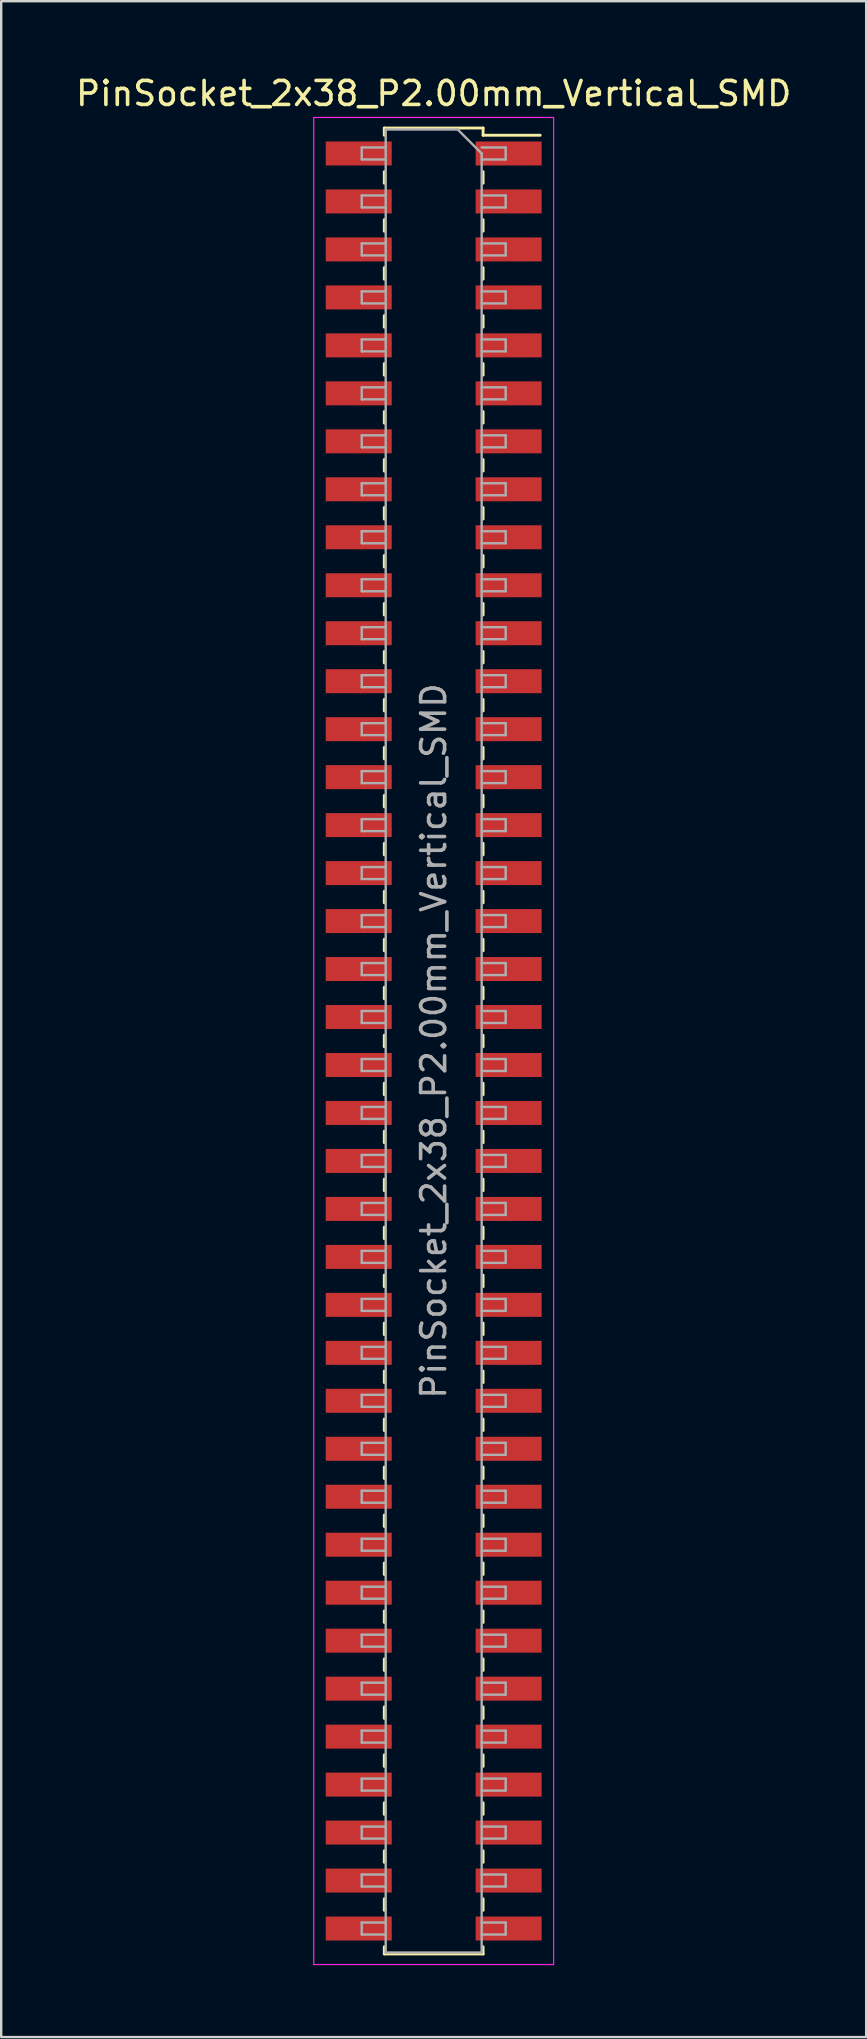
<source format=kicad_pcb>
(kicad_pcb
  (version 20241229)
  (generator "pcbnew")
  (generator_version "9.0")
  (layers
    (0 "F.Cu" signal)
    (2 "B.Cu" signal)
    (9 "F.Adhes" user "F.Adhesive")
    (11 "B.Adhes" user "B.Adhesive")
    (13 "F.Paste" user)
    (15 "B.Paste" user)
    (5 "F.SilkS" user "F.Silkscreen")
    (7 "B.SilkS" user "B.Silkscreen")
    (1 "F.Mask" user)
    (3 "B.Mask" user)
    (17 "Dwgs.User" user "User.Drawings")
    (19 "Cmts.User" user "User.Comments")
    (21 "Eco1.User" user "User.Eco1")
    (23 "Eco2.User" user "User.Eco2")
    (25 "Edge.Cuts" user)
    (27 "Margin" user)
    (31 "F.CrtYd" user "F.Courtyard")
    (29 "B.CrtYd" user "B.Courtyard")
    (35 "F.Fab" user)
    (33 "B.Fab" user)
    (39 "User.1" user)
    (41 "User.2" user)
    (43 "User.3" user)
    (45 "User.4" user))
  (footprint "PinSocket_2x38_P2.00mm_Vertical_SMD"
    (layer "F.Cu")
    (at 15.03 40.348)
    (property "Reference" "PinSocket_2x38_P2.00mm_Vertical_SMD" (at 0 -39.5 0) (layer "F.SilkS") (effects (font (size 1 1) (thickness 0.15))))
    (attr smd)
    (fp_line (start -2.06 -38.06) (end -2.06 -37.76) (stroke (width 0.12) (type solid)) (layer "F.SilkS"))
    (fp_line (start -2.06 -38.06) (end 2.06 -38.06) (stroke (width 0.12) (type solid)) (layer "F.SilkS"))
    (fp_line (start -2.06 -36.24) (end -2.06 -35.76) (stroke (width 0.12) (type solid)) (layer "F.SilkS"))
    (fp_line (start -2.06 -34.24) (end -2.06 -33.76) (stroke (width 0.12) (type solid)) (layer "F.SilkS"))
    (fp_line (start -2.06 -32.24) (end -2.06 -31.76) (stroke (width 0.12) (type solid)) (layer "F.SilkS"))
    (fp_line (start -2.06 -30.24) (end -2.06 -29.76) (stroke (width 0.12) (type solid)) (layer "F.SilkS"))
    (fp_line (start -2.06 -28.24) (end -2.06 -27.76) (stroke (width 0.12) (type solid)) (layer "F.SilkS"))
    (fp_line (start -2.06 -26.24) (end -2.06 -25.76) (stroke (width 0.12) (type solid)) (layer "F.SilkS"))
    (fp_line (start -2.06 -24.24) (end -2.06 -23.76) (stroke (width 0.12) (type solid)) (layer "F.SilkS"))
    (fp_line (start -2.06 -22.24) (end -2.06 -21.76) (stroke (width 0.12) (type solid)) (layer "F.SilkS"))
    (fp_line (start -2.06 -20.24) (end -2.06 -19.76) (stroke (width 0.12) (type solid)) (layer "F.SilkS"))
    (fp_line (start -2.06 -18.24) (end -2.06 -17.76) (stroke (width 0.12) (type solid)) (layer "F.SilkS"))
    (fp_line (start -2.06 -16.24) (end -2.06 -15.76) (stroke (width 0.12) (type solid)) (layer "F.SilkS"))
    (fp_line (start -2.06 -14.24) (end -2.06 -13.76) (stroke (width 0.12) (type solid)) (layer "F.SilkS"))
    (fp_line (start -2.06 -12.24) (end -2.06 -11.76) (stroke (width 0.12) (type solid)) (layer "F.SilkS"))
    (fp_line (start -2.06 -10.24) (end -2.06 -9.76) (stroke (width 0.12) (type solid)) (layer "F.SilkS"))
    (fp_line (start -2.06 -8.24) (end -2.06 -7.76) (stroke (width 0.12) (type solid)) (layer "F.SilkS"))
    (fp_line (start -2.06 -6.24) (end -2.06 -5.76) (stroke (width 0.12) (type solid)) (layer "F.SilkS"))
    (fp_line (start -2.06 -4.24) (end -2.06 -3.76) (stroke (width 0.12) (type solid)) (layer "F.SilkS"))
    (fp_line (start -2.06 -2.24) (end -2.06 -1.76) (stroke (width 0.12) (type solid)) (layer "F.SilkS"))
    (fp_line (start -2.06 -0.24) (end -2.06 0.24) (stroke (width 0.12) (type solid)) (layer "F.SilkS"))
    (fp_line (start -2.06 1.76) (end -2.06 2.24) (stroke (width 0.12) (type solid)) (layer "F.SilkS"))
    (fp_line (start -2.06 3.76) (end -2.06 4.24) (stroke (width 0.12) (type solid)) (layer "F.SilkS"))
    (fp_line (start -2.06 5.76) (end -2.06 6.24) (stroke (width 0.12) (type solid)) (layer "F.SilkS"))
    (fp_line (start -2.06 7.76) (end -2.06 8.24) (stroke (width 0.12) (type solid)) (layer "F.SilkS"))
    (fp_line (start -2.06 9.76) (end -2.06 10.24) (stroke (width 0.12) (type solid)) (layer "F.SilkS"))
    (fp_line (start -2.06 11.76) (end -2.06 12.24) (stroke (width 0.12) (type solid)) (layer "F.SilkS"))
    (fp_line (start -2.06 13.76) (end -2.06 14.24) (stroke (width 0.12) (type solid)) (layer "F.SilkS"))
    (fp_line (start -2.06 15.76) (end -2.06 16.24) (stroke (width 0.12) (type solid)) (layer "F.SilkS"))
    (fp_line (start -2.06 17.76) (end -2.06 18.24) (stroke (width 0.12) (type solid)) (layer "F.SilkS"))
    (fp_line (start -2.06 19.76) (end -2.06 20.24) (stroke (width 0.12) (type solid)) (layer "F.SilkS"))
    (fp_line (start -2.06 21.76) (end -2.06 22.24) (stroke (width 0.12) (type solid)) (layer "F.SilkS"))
    (fp_line (start -2.06 23.76) (end -2.06 24.24) (stroke (width 0.12) (type solid)) (layer "F.SilkS"))
    (fp_line (start -2.06 25.76) (end -2.06 26.24) (stroke (width 0.12) (type solid)) (layer "F.SilkS"))
    (fp_line (start -2.06 27.76) (end -2.06 28.24) (stroke (width 0.12) (type solid)) (layer "F.SilkS"))
    (fp_line (start -2.06 29.76) (end -2.06 30.24) (stroke (width 0.12) (type solid)) (layer "F.SilkS"))
    (fp_line (start -2.06 31.76) (end -2.06 32.24) (stroke (width 0.12) (type solid)) (layer "F.SilkS"))
    (fp_line (start -2.06 33.76) (end -2.06 34.24) (stroke (width 0.12) (type solid)) (layer "F.SilkS"))
    (fp_line (start -2.06 35.76) (end -2.06 36.24) (stroke (width 0.12) (type solid)) (layer "F.SilkS"))
    (fp_line (start -2.06 37.76) (end -2.06 38.06) (stroke (width 0.12) (type solid)) (layer "F.SilkS"))
    (fp_line (start -2.06 38.06) (end 2.06 38.06) (stroke (width 0.12) (type solid)) (layer "F.SilkS"))
    (fp_line (start 2.06 -38.06) (end 2.06 -37.76) (stroke (width 0.12) (type solid)) (layer "F.SilkS"))
    (fp_line (start 2.06 -37.76) (end 4.44 -37.76) (stroke (width 0.12) (type solid)) (layer "F.SilkS"))
    (fp_line (start 2.06 -36.24) (end 2.06 -35.76) (stroke (width 0.12) (type solid)) (layer "F.SilkS"))
    (fp_line (start 2.06 -34.24) (end 2.06 -33.76) (stroke (width 0.12) (type solid)) (layer "F.SilkS"))
    (fp_line (start 2.06 -32.24) (end 2.06 -31.76) (stroke (width 0.12) (type solid)) (layer "F.SilkS"))
    (fp_line (start 2.06 -30.24) (end 2.06 -29.76) (stroke (width 0.12) (type solid)) (layer "F.SilkS"))
    (fp_line (start 2.06 -28.24) (end 2.06 -27.76) (stroke (width 0.12) (type solid)) (layer "F.SilkS"))
    (fp_line (start 2.06 -26.24) (end 2.06 -25.76) (stroke (width 0.12) (type solid)) (layer "F.SilkS"))
    (fp_line (start 2.06 -24.24) (end 2.06 -23.76) (stroke (width 0.12) (type solid)) (layer "F.SilkS"))
    (fp_line (start 2.06 -22.24) (end 2.06 -21.76) (stroke (width 0.12) (type solid)) (layer "F.SilkS"))
    (fp_line (start 2.06 -20.24) (end 2.06 -19.76) (stroke (width 0.12) (type solid)) (layer "F.SilkS"))
    (fp_line (start 2.06 -18.24) (end 2.06 -17.76) (stroke (width 0.12) (type solid)) (layer "F.SilkS"))
    (fp_line (start 2.06 -16.24) (end 2.06 -15.76) (stroke (width 0.12) (type solid)) (layer "F.SilkS"))
    (fp_line (start 2.06 -14.24) (end 2.06 -13.76) (stroke (width 0.12) (type solid)) (layer "F.SilkS"))
    (fp_line (start 2.06 -12.24) (end 2.06 -11.76) (stroke (width 0.12) (type solid)) (layer "F.SilkS"))
    (fp_line (start 2.06 -10.24) (end 2.06 -9.76) (stroke (width 0.12) (type solid)) (layer "F.SilkS"))
    (fp_line (start 2.06 -8.24) (end 2.06 -7.76) (stroke (width 0.12) (type solid)) (layer "F.SilkS"))
    (fp_line (start 2.06 -6.24) (end 2.06 -5.76) (stroke (width 0.12) (type solid)) (layer "F.SilkS"))
    (fp_line (start 2.06 -4.24) (end 2.06 -3.76) (stroke (width 0.12) (type solid)) (layer "F.SilkS"))
    (fp_line (start 2.06 -2.24) (end 2.06 -1.76) (stroke (width 0.12) (type solid)) (layer "F.SilkS"))
    (fp_line (start 2.06 -0.24) (end 2.06 0.24) (stroke (width 0.12) (type solid)) (layer "F.SilkS"))
    (fp_line (start 2.06 1.76) (end 2.06 2.24) (stroke (width 0.12) (type solid)) (layer "F.SilkS"))
    (fp_line (start 2.06 3.76) (end 2.06 4.24) (stroke (width 0.12) (type solid)) (layer "F.SilkS"))
    (fp_line (start 2.06 5.76) (end 2.06 6.24) (stroke (width 0.12) (type solid)) (layer "F.SilkS"))
    (fp_line (start 2.06 7.76) (end 2.06 8.24) (stroke (width 0.12) (type solid)) (layer "F.SilkS"))
    (fp_line (start 2.06 9.76) (end 2.06 10.24) (stroke (width 0.12) (type solid)) (layer "F.SilkS"))
    (fp_line (start 2.06 11.76) (end 2.06 12.24) (stroke (width 0.12) (type solid)) (layer "F.SilkS"))
    (fp_line (start 2.06 13.76) (end 2.06 14.24) (stroke (width 0.12) (type solid)) (layer "F.SilkS"))
    (fp_line (start 2.06 15.76) (end 2.06 16.24) (stroke (width 0.12) (type solid)) (layer "F.SilkS"))
    (fp_line (start 2.06 17.76) (end 2.06 18.24) (stroke (width 0.12) (type solid)) (layer "F.SilkS"))
    (fp_line (start 2.06 19.76) (end 2.06 20.24) (stroke (width 0.12) (type solid)) (layer "F.SilkS"))
    (fp_line (start 2.06 21.76) (end 2.06 22.24) (stroke (width 0.12) (type solid)) (layer "F.SilkS"))
    (fp_line (start 2.06 23.76) (end 2.06 24.24) (stroke (width 0.12) (type solid)) (layer "F.SilkS"))
    (fp_line (start 2.06 25.76) (end 2.06 26.24) (stroke (width 0.12) (type solid)) (layer "F.SilkS"))
    (fp_line (start 2.06 27.76) (end 2.06 28.24) (stroke (width 0.12) (type solid)) (layer "F.SilkS"))
    (fp_line (start 2.06 29.76) (end 2.06 30.24) (stroke (width 0.12) (type solid)) (layer "F.SilkS"))
    (fp_line (start 2.06 31.76) (end 2.06 32.24) (stroke (width 0.12) (type solid)) (layer "F.SilkS"))
    (fp_line (start 2.06 33.76) (end 2.06 34.24) (stroke (width 0.12) (type solid)) (layer "F.SilkS"))
    (fp_line (start 2.06 35.76) (end 2.06 36.24) (stroke (width 0.12) (type solid)) (layer "F.SilkS"))
    (fp_line (start 2.06 37.76) (end 2.06 38.06) (stroke (width 0.12) (type solid)) (layer "F.SilkS"))
    (fp_line (start -5 -38.5) (end 5 -38.5) (stroke (width 0.05) (type solid)) (layer "F.CrtYd"))
    (fp_line (start -5 38.5) (end -5 -38.5) (stroke (width 0.05) (type solid)) (layer "F.CrtYd"))
    (fp_line (start 5 -38.5) (end 5 38.5) (stroke (width 0.05) (type solid)) (layer "F.CrtYd"))
    (fp_line (start 5 38.5) (end -5 38.5) (stroke (width 0.05) (type solid)) (layer "F.CrtYd"))
    (fp_line (start -3 -37.25) (end -2 -37.25) (stroke (width 0.1) (type solid)) (layer "F.Fab"))
    (fp_line (start -3 -36.75) (end -3 -37.25) (stroke (width 0.1) (type solid)) (layer "F.Fab"))
    (fp_line (start -3 -35.25) (end -2 -35.25) (stroke (width 0.1) (type solid)) (layer "F.Fab"))
    (fp_line (start -3 -34.75) (end -3 -35.25) (stroke (width 0.1) (type solid)) (layer "F.Fab"))
    (fp_line (start -3 -33.25) (end -2 -33.25) (stroke (width 0.1) (type solid)) (layer "F.Fab"))
    (fp_line (start -3 -32.75) (end -3 -33.25) (stroke (width 0.1) (type solid)) (layer "F.Fab"))
    (fp_line (start -3 -31.25) (end -2 -31.25) (stroke (width 0.1) (type solid)) (layer "F.Fab"))
    (fp_line (start -3 -30.75) (end -3 -31.25) (stroke (width 0.1) (type solid)) (layer "F.Fab"))
    (fp_line (start -3 -29.25) (end -2 -29.25) (stroke (width 0.1) (type solid)) (layer "F.Fab"))
    (fp_line (start -3 -28.75) (end -3 -29.25) (stroke (width 0.1) (type solid)) (layer "F.Fab"))
    (fp_line (start -3 -27.25) (end -2 -27.25) (stroke (width 0.1) (type solid)) (layer "F.Fab"))
    (fp_line (start -3 -26.75) (end -3 -27.25) (stroke (width 0.1) (type solid)) (layer "F.Fab"))
    (fp_line (start -3 -25.25) (end -2 -25.25) (stroke (width 0.1) (type solid)) (layer "F.Fab"))
    (fp_line (start -3 -24.75) (end -3 -25.25) (stroke (width 0.1) (type solid)) (layer "F.Fab"))
    (fp_line (start -3 -23.25) (end -2 -23.25) (stroke (width 0.1) (type solid)) (layer "F.Fab"))
    (fp_line (start -3 -22.75) (end -3 -23.25) (stroke (width 0.1) (type solid)) (layer "F.Fab"))
    (fp_line (start -3 -21.25) (end -2 -21.25) (stroke (width 0.1) (type solid)) (layer "F.Fab"))
    (fp_line (start -3 -20.75) (end -3 -21.25) (stroke (width 0.1) (type solid)) (layer "F.Fab"))
    (fp_line (start -3 -19.25) (end -2 -19.25) (stroke (width 0.1) (type solid)) (layer "F.Fab"))
    (fp_line (start -3 -18.75) (end -3 -19.25) (stroke (width 0.1) (type solid)) (layer "F.Fab"))
    (fp_line (start -3 -17.25) (end -2 -17.25) (stroke (width 0.1) (type solid)) (layer "F.Fab"))
    (fp_line (start -3 -16.75) (end -3 -17.25) (stroke (width 0.1) (type solid)) (layer "F.Fab"))
    (fp_line (start -3 -15.25) (end -2 -15.25) (stroke (width 0.1) (type solid)) (layer "F.Fab"))
    (fp_line (start -3 -14.75) (end -3 -15.25) (stroke (width 0.1) (type solid)) (layer "F.Fab"))
    (fp_line (start -3 -13.25) (end -2 -13.25) (stroke (width 0.1) (type solid)) (layer "F.Fab"))
    (fp_line (start -3 -12.75) (end -3 -13.25) (stroke (width 0.1) (type solid)) (layer "F.Fab"))
    (fp_line (start -3 -11.25) (end -2 -11.25) (stroke (width 0.1) (type solid)) (layer "F.Fab"))
    (fp_line (start -3 -10.75) (end -3 -11.25) (stroke (width 0.1) (type solid)) (layer "F.Fab"))
    (fp_line (start -3 -9.25) (end -2 -9.25) (stroke (width 0.1) (type solid)) (layer "F.Fab"))
    (fp_line (start -3 -8.75) (end -3 -9.25) (stroke (width 0.1) (type solid)) (layer "F.Fab"))
    (fp_line (start -3 -7.25) (end -2 -7.25) (stroke (width 0.1) (type solid)) (layer "F.Fab"))
    (fp_line (start -3 -6.75) (end -3 -7.25) (stroke (width 0.1) (type solid)) (layer "F.Fab"))
    (fp_line (start -3 -5.25) (end -2 -5.25) (stroke (width 0.1) (type solid)) (layer "F.Fab"))
    (fp_line (start -3 -4.75) (end -3 -5.25) (stroke (width 0.1) (type solid)) (layer "F.Fab"))
    (fp_line (start -3 -3.25) (end -2 -3.25) (stroke (width 0.1) (type solid)) (layer "F.Fab"))
    (fp_line (start -3 -2.75) (end -3 -3.25) (stroke (width 0.1) (type solid)) (layer "F.Fab"))
    (fp_line (start -3 -1.25) (end -2 -1.25) (stroke (width 0.1) (type solid)) (layer "F.Fab"))
    (fp_line (start -3 -0.75) (end -3 -1.25) (stroke (width 0.1) (type solid)) (layer "F.Fab"))
    (fp_line (start -3 0.75) (end -2 0.75) (stroke (width 0.1) (type solid)) (layer "F.Fab"))
    (fp_line (start -3 1.25) (end -3 0.75) (stroke (width 0.1) (type solid)) (layer "F.Fab"))
    (fp_line (start -3 2.75) (end -2 2.75) (stroke (width 0.1) (type solid)) (layer "F.Fab"))
    (fp_line (start -3 3.25) (end -3 2.75) (stroke (width 0.1) (type solid)) (layer "F.Fab"))
    (fp_line (start -3 4.75) (end -2 4.75) (stroke (width 0.1) (type solid)) (layer "F.Fab"))
    (fp_line (start -3 5.25) (end -3 4.75) (stroke (width 0.1) (type solid)) (layer "F.Fab"))
    (fp_line (start -3 6.75) (end -2 6.75) (stroke (width 0.1) (type solid)) (layer "F.Fab"))
    (fp_line (start -3 7.25) (end -3 6.75) (stroke (width 0.1) (type solid)) (layer "F.Fab"))
    (fp_line (start -3 8.75) (end -2 8.75) (stroke (width 0.1) (type solid)) (layer "F.Fab"))
    (fp_line (start -3 9.25) (end -3 8.75) (stroke (width 0.1) (type solid)) (layer "F.Fab"))
    (fp_line (start -3 10.75) (end -2 10.75) (stroke (width 0.1) (type solid)) (layer "F.Fab"))
    (fp_line (start -3 11.25) (end -3 10.75) (stroke (width 0.1) (type solid)) (layer "F.Fab"))
    (fp_line (start -3 12.75) (end -2 12.75) (stroke (width 0.1) (type solid)) (layer "F.Fab"))
    (fp_line (start -3 13.25) (end -3 12.75) (stroke (width 0.1) (type solid)) (layer "F.Fab"))
    (fp_line (start -3 14.75) (end -2 14.75) (stroke (width 0.1) (type solid)) (layer "F.Fab"))
    (fp_line (start -3 15.25) (end -3 14.75) (stroke (width 0.1) (type solid)) (layer "F.Fab"))
    (fp_line (start -3 16.75) (end -2 16.75) (stroke (width 0.1) (type solid)) (layer "F.Fab"))
    (fp_line (start -3 17.25) (end -3 16.75) (stroke (width 0.1) (type solid)) (layer "F.Fab"))
    (fp_line (start -3 18.75) (end -2 18.75) (stroke (width 0.1) (type solid)) (layer "F.Fab"))
    (fp_line (start -3 19.25) (end -3 18.75) (stroke (width 0.1) (type solid)) (layer "F.Fab"))
    (fp_line (start -3 20.75) (end -2 20.75) (stroke (width 0.1) (type solid)) (layer "F.Fab"))
    (fp_line (start -3 21.25) (end -3 20.75) (stroke (width 0.1) (type solid)) (layer "F.Fab"))
    (fp_line (start -3 22.75) (end -2 22.75) (stroke (width 0.1) (type solid)) (layer "F.Fab"))
    (fp_line (start -3 23.25) (end -3 22.75) (stroke (width 0.1) (type solid)) (layer "F.Fab"))
    (fp_line (start -3 24.75) (end -2 24.75) (stroke (width 0.1) (type solid)) (layer "F.Fab"))
    (fp_line (start -3 25.25) (end -3 24.75) (stroke (width 0.1) (type solid)) (layer "F.Fab"))
    (fp_line (start -3 26.75) (end -2 26.75) (stroke (width 0.1) (type solid)) (layer "F.Fab"))
    (fp_line (start -3 27.25) (end -3 26.75) (stroke (width 0.1) (type solid)) (layer "F.Fab"))
    (fp_line (start -3 28.75) (end -2 28.75) (stroke (width 0.1) (type solid)) (layer "F.Fab"))
    (fp_line (start -3 29.25) (end -3 28.75) (stroke (width 0.1) (type solid)) (layer "F.Fab"))
    (fp_line (start -3 30.75) (end -2 30.75) (stroke (width 0.1) (type solid)) (layer "F.Fab"))
    (fp_line (start -3 31.25) (end -3 30.75) (stroke (width 0.1) (type solid)) (layer "F.Fab"))
    (fp_line (start -3 32.75) (end -2 32.75) (stroke (width 0.1) (type solid)) (layer "F.Fab"))
    (fp_line (start -3 33.25) (end -3 32.75) (stroke (width 0.1) (type solid)) (layer "F.Fab"))
    (fp_line (start -3 34.75) (end -2 34.75) (stroke (width 0.1) (type solid)) (layer "F.Fab"))
    (fp_line (start -3 35.25) (end -3 34.75) (stroke (width 0.1) (type solid)) (layer "F.Fab"))
    (fp_line (start -3 36.75) (end -2 36.75) (stroke (width 0.1) (type solid)) (layer "F.Fab"))
    (fp_line (start -3 37.25) (end -3 36.75) (stroke (width 0.1) (type solid)) (layer "F.Fab"))
    (fp_line (start -2 -38) (end 1 -38) (stroke (width 0.1) (type solid)) (layer "F.Fab"))
    (fp_line (start -2 -36.75) (end -3 -36.75) (stroke (width 0.1) (type solid)) (layer "F.Fab"))
    (fp_line (start -2 -34.75) (end -3 -34.75) (stroke (width 0.1) (type solid)) (layer "F.Fab"))
    (fp_line (start -2 -32.75) (end -3 -32.75) (stroke (width 0.1) (type solid)) (layer "F.Fab"))
    (fp_line (start -2 -30.75) (end -3 -30.75) (stroke (width 0.1) (type solid)) (layer "F.Fab"))
    (fp_line (start -2 -28.75) (end -3 -28.75) (stroke (width 0.1) (type solid)) (layer "F.Fab"))
    (fp_line (start -2 -26.75) (end -3 -26.75) (stroke (width 0.1) (type solid)) (layer "F.Fab"))
    (fp_line (start -2 -24.75) (end -3 -24.75) (stroke (width 0.1) (type solid)) (layer "F.Fab"))
    (fp_line (start -2 -22.75) (end -3 -22.75) (stroke (width 0.1) (type solid)) (layer "F.Fab"))
    (fp_line (start -2 -20.75) (end -3 -20.75) (stroke (width 0.1) (type solid)) (layer "F.Fab"))
    (fp_line (start -2 -18.75) (end -3 -18.75) (stroke (width 0.1) (type solid)) (layer "F.Fab"))
    (fp_line (start -2 -16.75) (end -3 -16.75) (stroke (width 0.1) (type solid)) (layer "F.Fab"))
    (fp_line (start -2 -14.75) (end -3 -14.75) (stroke (width 0.1) (type solid)) (layer "F.Fab"))
    (fp_line (start -2 -12.75) (end -3 -12.75) (stroke (width 0.1) (type solid)) (layer "F.Fab"))
    (fp_line (start -2 -10.75) (end -3 -10.75) (stroke (width 0.1) (type solid)) (layer "F.Fab"))
    (fp_line (start -2 -8.75) (end -3 -8.75) (stroke (width 0.1) (type solid)) (layer "F.Fab"))
    (fp_line (start -2 -6.75) (end -3 -6.75) (stroke (width 0.1) (type solid)) (layer "F.Fab"))
    (fp_line (start -2 -4.75) (end -3 -4.75) (stroke (width 0.1) (type solid)) (layer "F.Fab"))
    (fp_line (start -2 -2.75) (end -3 -2.75) (stroke (width 0.1) (type solid)) (layer "F.Fab"))
    (fp_line (start -2 -0.75) (end -3 -0.75) (stroke (width 0.1) (type solid)) (layer "F.Fab"))
    (fp_line (start -2 1.25) (end -3 1.25) (stroke (width 0.1) (type solid)) (layer "F.Fab"))
    (fp_line (start -2 3.25) (end -3 3.25) (stroke (width 0.1) (type solid)) (layer "F.Fab"))
    (fp_line (start -2 5.25) (end -3 5.25) (stroke (width 0.1) (type solid)) (layer "F.Fab"))
    (fp_line (start -2 7.25) (end -3 7.25) (stroke (width 0.1) (type solid)) (layer "F.Fab"))
    (fp_line (start -2 9.25) (end -3 9.25) (stroke (width 0.1) (type solid)) (layer "F.Fab"))
    (fp_line (start -2 11.25) (end -3 11.25) (stroke (width 0.1) (type solid)) (layer "F.Fab"))
    (fp_line (start -2 13.25) (end -3 13.25) (stroke (width 0.1) (type solid)) (layer "F.Fab"))
    (fp_line (start -2 15.25) (end -3 15.25) (stroke (width 0.1) (type solid)) (layer "F.Fab"))
    (fp_line (start -2 17.25) (end -3 17.25) (stroke (width 0.1) (type solid)) (layer "F.Fab"))
    (fp_line (start -2 19.25) (end -3 19.25) (stroke (width 0.1) (type solid)) (layer "F.Fab"))
    (fp_line (start -2 21.25) (end -3 21.25) (stroke (width 0.1) (type solid)) (layer "F.Fab"))
    (fp_line (start -2 23.25) (end -3 23.25) (stroke (width 0.1) (type solid)) (layer "F.Fab"))
    (fp_line (start -2 25.25) (end -3 25.25) (stroke (width 0.1) (type solid)) (layer "F.Fab"))
    (fp_line (start -2 27.25) (end -3 27.25) (stroke (width 0.1) (type solid)) (layer "F.Fab"))
    (fp_line (start -2 29.25) (end -3 29.25) (stroke (width 0.1) (type solid)) (layer "F.Fab"))
    (fp_line (start -2 31.25) (end -3 31.25) (stroke (width 0.1) (type solid)) (layer "F.Fab"))
    (fp_line (start -2 33.25) (end -3 33.25) (stroke (width 0.1) (type solid)) (layer "F.Fab"))
    (fp_line (start -2 35.25) (end -3 35.25) (stroke (width 0.1) (type solid)) (layer "F.Fab"))
    (fp_line (start -2 37.25) (end -3 37.25) (stroke (width 0.1) (type solid)) (layer "F.Fab"))
    (fp_line (start -2 38) (end -2 -38) (stroke (width 0.1) (type solid)) (layer "F.Fab"))
    (fp_line (start 1 -38) (end 2 -37) (stroke (width 0.1) (type solid)) (layer "F.Fab"))
    (fp_line (start 2 -37.25) (end 3 -37.25) (stroke (width 0.1) (type solid)) (layer "F.Fab"))
    (fp_line (start 2 -37) (end 2 38) (stroke (width 0.1) (type solid)) (layer "F.Fab"))
    (fp_line (start 2 -35.25) (end 3 -35.25) (stroke (width 0.1) (type solid)) (layer "F.Fab"))
    (fp_line (start 2 -33.25) (end 3 -33.25) (stroke (width 0.1) (type solid)) (layer "F.Fab"))
    (fp_line (start 2 -31.25) (end 3 -31.25) (stroke (width 0.1) (type solid)) (layer "F.Fab"))
    (fp_line (start 2 -29.25) (end 3 -29.25) (stroke (width 0.1) (type solid)) (layer "F.Fab"))
    (fp_line (start 2 -27.25) (end 3 -27.25) (stroke (width 0.1) (type solid)) (layer "F.Fab"))
    (fp_line (start 2 -25.25) (end 3 -25.25) (stroke (width 0.1) (type solid)) (layer "F.Fab"))
    (fp_line (start 2 -23.25) (end 3 -23.25) (stroke (width 0.1) (type solid)) (layer "F.Fab"))
    (fp_line (start 2 -21.25) (end 3 -21.25) (stroke (width 0.1) (type solid)) (layer "F.Fab"))
    (fp_line (start 2 -19.25) (end 3 -19.25) (stroke (width 0.1) (type solid)) (layer "F.Fab"))
    (fp_line (start 2 -17.25) (end 3 -17.25) (stroke (width 0.1) (type solid)) (layer "F.Fab"))
    (fp_line (start 2 -15.25) (end 3 -15.25) (stroke (width 0.1) (type solid)) (layer "F.Fab"))
    (fp_line (start 2 -13.25) (end 3 -13.25) (stroke (width 0.1) (type solid)) (layer "F.Fab"))
    (fp_line (start 2 -11.25) (end 3 -11.25) (stroke (width 0.1) (type solid)) (layer "F.Fab"))
    (fp_line (start 2 -9.25) (end 3 -9.25) (stroke (width 0.1) (type solid)) (layer "F.Fab"))
    (fp_line (start 2 -7.25) (end 3 -7.25) (stroke (width 0.1) (type solid)) (layer "F.Fab"))
    (fp_line (start 2 -5.25) (end 3 -5.25) (stroke (width 0.1) (type solid)) (layer "F.Fab"))
    (fp_line (start 2 -3.25) (end 3 -3.25) (stroke (width 0.1) (type solid)) (layer "F.Fab"))
    (fp_line (start 2 -1.25) (end 3 -1.25) (stroke (width 0.1) (type solid)) (layer "F.Fab"))
    (fp_line (start 2 0.75) (end 3 0.75) (stroke (width 0.1) (type solid)) (layer "F.Fab"))
    (fp_line (start 2 2.75) (end 3 2.75) (stroke (width 0.1) (type solid)) (layer "F.Fab"))
    (fp_line (start 2 4.75) (end 3 4.75) (stroke (width 0.1) (type solid)) (layer "F.Fab"))
    (fp_line (start 2 6.75) (end 3 6.75) (stroke (width 0.1) (type solid)) (layer "F.Fab"))
    (fp_line (start 2 8.75) (end 3 8.75) (stroke (width 0.1) (type solid)) (layer "F.Fab"))
    (fp_line (start 2 10.75) (end 3 10.75) (stroke (width 0.1) (type solid)) (layer "F.Fab"))
    (fp_line (start 2 12.75) (end 3 12.75) (stroke (width 0.1) (type solid)) (layer "F.Fab"))
    (fp_line (start 2 14.75) (end 3 14.75) (stroke (width 0.1) (type solid)) (layer "F.Fab"))
    (fp_line (start 2 16.75) (end 3 16.75) (stroke (width 0.1) (type solid)) (layer "F.Fab"))
    (fp_line (start 2 18.75) (end 3 18.75) (stroke (width 0.1) (type solid)) (layer "F.Fab"))
    (fp_line (start 2 20.75) (end 3 20.75) (stroke (width 0.1) (type solid)) (layer "F.Fab"))
    (fp_line (start 2 22.75) (end 3 22.75) (stroke (width 0.1) (type solid)) (layer "F.Fab"))
    (fp_line (start 2 24.75) (end 3 24.75) (stroke (width 0.1) (type solid)) (layer "F.Fab"))
    (fp_line (start 2 26.75) (end 3 26.75) (stroke (width 0.1) (type solid)) (layer "F.Fab"))
    (fp_line (start 2 28.75) (end 3 28.75) (stroke (width 0.1) (type solid)) (layer "F.Fab"))
    (fp_line (start 2 30.75) (end 3 30.75) (stroke (width 0.1) (type solid)) (layer "F.Fab"))
    (fp_line (start 2 32.75) (end 3 32.75) (stroke (width 0.1) (type solid)) (layer "F.Fab"))
    (fp_line (start 2 34.75) (end 3 34.75) (stroke (width 0.1) (type solid)) (layer "F.Fab"))
    (fp_line (start 2 36.75) (end 3 36.75) (stroke (width 0.1) (type solid)) (layer "F.Fab"))
    (fp_line (start 2 38) (end -2 38) (stroke (width 0.1) (type solid)) (layer "F.Fab"))
    (fp_line (start 3 -37.25) (end 3 -36.75) (stroke (width 0.1) (type solid)) (layer "F.Fab"))
    (fp_line (start 3 -36.75) (end 2 -36.75) (stroke (width 0.1) (type solid)) (layer "F.Fab"))
    (fp_line (start 3 -35.25) (end 3 -34.75) (stroke (width 0.1) (type solid)) (layer "F.Fab"))
    (fp_line (start 3 -34.75) (end 2 -34.75) (stroke (width 0.1) (type solid)) (layer "F.Fab"))
    (fp_line (start 3 -33.25) (end 3 -32.75) (stroke (width 0.1) (type solid)) (layer "F.Fab"))
    (fp_line (start 3 -32.75) (end 2 -32.75) (stroke (width 0.1) (type solid)) (layer "F.Fab"))
    (fp_line (start 3 -31.25) (end 3 -30.75) (stroke (width 0.1) (type solid)) (layer "F.Fab"))
    (fp_line (start 3 -30.75) (end 2 -30.75) (stroke (width 0.1) (type solid)) (layer "F.Fab"))
    (fp_line (start 3 -29.25) (end 3 -28.75) (stroke (width 0.1) (type solid)) (layer "F.Fab"))
    (fp_line (start 3 -28.75) (end 2 -28.75) (stroke (width 0.1) (type solid)) (layer "F.Fab"))
    (fp_line (start 3 -27.25) (end 3 -26.75) (stroke (width 0.1) (type solid)) (layer "F.Fab"))
    (fp_line (start 3 -26.75) (end 2 -26.75) (stroke (width 0.1) (type solid)) (layer "F.Fab"))
    (fp_line (start 3 -25.25) (end 3 -24.75) (stroke (width 0.1) (type solid)) (layer "F.Fab"))
    (fp_line (start 3 -24.75) (end 2 -24.75) (stroke (width 0.1) (type solid)) (layer "F.Fab"))
    (fp_line (start 3 -23.25) (end 3 -22.75) (stroke (width 0.1) (type solid)) (layer "F.Fab"))
    (fp_line (start 3 -22.75) (end 2 -22.75) (stroke (width 0.1) (type solid)) (layer "F.Fab"))
    (fp_line (start 3 -21.25) (end 3 -20.75) (stroke (width 0.1) (type solid)) (layer "F.Fab"))
    (fp_line (start 3 -20.75) (end 2 -20.75) (stroke (width 0.1) (type solid)) (layer "F.Fab"))
    (fp_line (start 3 -19.25) (end 3 -18.75) (stroke (width 0.1) (type solid)) (layer "F.Fab"))
    (fp_line (start 3 -18.75) (end 2 -18.75) (stroke (width 0.1) (type solid)) (layer "F.Fab"))
    (fp_line (start 3 -17.25) (end 3 -16.75) (stroke (width 0.1) (type solid)) (layer "F.Fab"))
    (fp_line (start 3 -16.75) (end 2 -16.75) (stroke (width 0.1) (type solid)) (layer "F.Fab"))
    (fp_line (start 3 -15.25) (end 3 -14.75) (stroke (width 0.1) (type solid)) (layer "F.Fab"))
    (fp_line (start 3 -14.75) (end 2 -14.75) (stroke (width 0.1) (type solid)) (layer "F.Fab"))
    (fp_line (start 3 -13.25) (end 3 -12.75) (stroke (width 0.1) (type solid)) (layer "F.Fab"))
    (fp_line (start 3 -12.75) (end 2 -12.75) (stroke (width 0.1) (type solid)) (layer "F.Fab"))
    (fp_line (start 3 -11.25) (end 3 -10.75) (stroke (width 0.1) (type solid)) (layer "F.Fab"))
    (fp_line (start 3 -10.75) (end 2 -10.75) (stroke (width 0.1) (type solid)) (layer "F.Fab"))
    (fp_line (start 3 -9.25) (end 3 -8.75) (stroke (width 0.1) (type solid)) (layer "F.Fab"))
    (fp_line (start 3 -8.75) (end 2 -8.75) (stroke (width 0.1) (type solid)) (layer "F.Fab"))
    (fp_line (start 3 -7.25) (end 3 -6.75) (stroke (width 0.1) (type solid)) (layer "F.Fab"))
    (fp_line (start 3 -6.75) (end 2 -6.75) (stroke (width 0.1) (type solid)) (layer "F.Fab"))
    (fp_line (start 3 -5.25) (end 3 -4.75) (stroke (width 0.1) (type solid)) (layer "F.Fab"))
    (fp_line (start 3 -4.75) (end 2 -4.75) (stroke (width 0.1) (type solid)) (layer "F.Fab"))
    (fp_line (start 3 -3.25) (end 3 -2.75) (stroke (width 0.1) (type solid)) (layer "F.Fab"))
    (fp_line (start 3 -2.75) (end 2 -2.75) (stroke (width 0.1) (type solid)) (layer "F.Fab"))
    (fp_line (start 3 -1.25) (end 3 -0.75) (stroke (width 0.1) (type solid)) (layer "F.Fab"))
    (fp_line (start 3 -0.75) (end 2 -0.75) (stroke (width 0.1) (type solid)) (layer "F.Fab"))
    (fp_line (start 3 0.75) (end 3 1.25) (stroke (width 0.1) (type solid)) (layer "F.Fab"))
    (fp_line (start 3 1.25) (end 2 1.25) (stroke (width 0.1) (type solid)) (layer "F.Fab"))
    (fp_line (start 3 2.75) (end 3 3.25) (stroke (width 0.1) (type solid)) (layer "F.Fab"))
    (fp_line (start 3 3.25) (end 2 3.25) (stroke (width 0.1) (type solid)) (layer "F.Fab"))
    (fp_line (start 3 4.75) (end 3 5.25) (stroke (width 0.1) (type solid)) (layer "F.Fab"))
    (fp_line (start 3 5.25) (end 2 5.25) (stroke (width 0.1) (type solid)) (layer "F.Fab"))
    (fp_line (start 3 6.75) (end 3 7.25) (stroke (width 0.1) (type solid)) (layer "F.Fab"))
    (fp_line (start 3 7.25) (end 2 7.25) (stroke (width 0.1) (type solid)) (layer "F.Fab"))
    (fp_line (start 3 8.75) (end 3 9.25) (stroke (width 0.1) (type solid)) (layer "F.Fab"))
    (fp_line (start 3 9.25) (end 2 9.25) (stroke (width 0.1) (type solid)) (layer "F.Fab"))
    (fp_line (start 3 10.75) (end 3 11.25) (stroke (width 0.1) (type solid)) (layer "F.Fab"))
    (fp_line (start 3 11.25) (end 2 11.25) (stroke (width 0.1) (type solid)) (layer "F.Fab"))
    (fp_line (start 3 12.75) (end 3 13.25) (stroke (width 0.1) (type solid)) (layer "F.Fab"))
    (fp_line (start 3 13.25) (end 2 13.25) (stroke (width 0.1) (type solid)) (layer "F.Fab"))
    (fp_line (start 3 14.75) (end 3 15.25) (stroke (width 0.1) (type solid)) (layer "F.Fab"))
    (fp_line (start 3 15.25) (end 2 15.25) (stroke (width 0.1) (type solid)) (layer "F.Fab"))
    (fp_line (start 3 16.75) (end 3 17.25) (stroke (width 0.1) (type solid)) (layer "F.Fab"))
    (fp_line (start 3 17.25) (end 2 17.25) (stroke (width 0.1) (type solid)) (layer "F.Fab"))
    (fp_line (start 3 18.75) (end 3 19.25) (stroke (width 0.1) (type solid)) (layer "F.Fab"))
    (fp_line (start 3 19.25) (end 2 19.25) (stroke (width 0.1) (type solid)) (layer "F.Fab"))
    (fp_line (start 3 20.75) (end 3 21.25) (stroke (width 0.1) (type solid)) (layer "F.Fab"))
    (fp_line (start 3 21.25) (end 2 21.25) (stroke (width 0.1) (type solid)) (layer "F.Fab"))
    (fp_line (start 3 22.75) (end 3 23.25) (stroke (width 0.1) (type solid)) (layer "F.Fab"))
    (fp_line (start 3 23.25) (end 2 23.25) (stroke (width 0.1) (type solid)) (layer "F.Fab"))
    (fp_line (start 3 24.75) (end 3 25.25) (stroke (width 0.1) (type solid)) (layer "F.Fab"))
    (fp_line (start 3 25.25) (end 2 25.25) (stroke (width 0.1) (type solid)) (layer "F.Fab"))
    (fp_line (start 3 26.75) (end 3 27.25) (stroke (width 0.1) (type solid)) (layer "F.Fab"))
    (fp_line (start 3 27.25) (end 2 27.25) (stroke (width 0.1) (type solid)) (layer "F.Fab"))
    (fp_line (start 3 28.75) (end 3 29.25) (stroke (width 0.1) (type solid)) (layer "F.Fab"))
    (fp_line (start 3 29.25) (end 2 29.25) (stroke (width 0.1) (type solid)) (layer "F.Fab"))
    (fp_line (start 3 30.75) (end 3 31.25) (stroke (width 0.1) (type solid)) (layer "F.Fab"))
    (fp_line (start 3 31.25) (end 2 31.25) (stroke (width 0.1) (type solid)) (layer "F.Fab"))
    (fp_line (start 3 32.75) (end 3 33.25) (stroke (width 0.1) (type solid)) (layer "F.Fab"))
    (fp_line (start 3 33.25) (end 2 33.25) (stroke (width 0.1) (type solid)) (layer "F.Fab"))
    (fp_line (start 3 34.75) (end 3 35.25) (stroke (width 0.1) (type solid)) (layer "F.Fab"))
    (fp_line (start 3 35.25) (end 2 35.25) (stroke (width 0.1) (type solid)) (layer "F.Fab"))
    (fp_line (start 3 36.75) (end 3 37.25) (stroke (width 0.1) (type solid)) (layer "F.Fab"))
    (fp_line (start 3 37.25) (end 2 37.25) (stroke (width 0.1) (type solid)) (layer "F.Fab"))
    (fp_text user "${REFERENCE}" (at 0 0 90) (layer "F.Fab") (effects (font (size 1 1) (thickness 0.15))))
    (pad "1" smd rect (at 3.125 -37) (size 2.75 1) (layers "F.Cu" "F.Mask" "F.Paste"))
    (pad "2" smd rect (at -3.125 -37) (size 2.75 1) (layers "F.Cu" "F.Mask" "F.Paste"))
    (pad "3" smd rect (at 3.125 -35) (size 2.75 1) (layers "F.Cu" "F.Mask" "F.Paste"))
    (pad "4" smd rect (at -3.125 -35) (size 2.75 1) (layers "F.Cu" "F.Mask" "F.Paste"))
    (pad "5" smd rect (at 3.125 -33) (size 2.75 1) (layers "F.Cu" "F.Mask" "F.Paste"))
    (pad "6" smd rect (at -3.125 -33) (size 2.75 1) (layers "F.Cu" "F.Mask" "F.Paste"))
    (pad "7" smd rect (at 3.125 -31) (size 2.75 1) (layers "F.Cu" "F.Mask" "F.Paste"))
    (pad "8" smd rect (at -3.125 -31) (size 2.75 1) (layers "F.Cu" "F.Mask" "F.Paste"))
    (pad "9" smd rect (at 3.125 -29) (size 2.75 1) (layers "F.Cu" "F.Mask" "F.Paste"))
    (pad "10" smd rect (at -3.125 -29) (size 2.75 1) (layers "F.Cu" "F.Mask" "F.Paste"))
    (pad "11" smd rect (at 3.125 -27) (size 2.75 1) (layers "F.Cu" "F.Mask" "F.Paste"))
    (pad "12" smd rect (at -3.125 -27) (size 2.75 1) (layers "F.Cu" "F.Mask" "F.Paste"))
    (pad "13" smd rect (at 3.125 -25) (size 2.75 1) (layers "F.Cu" "F.Mask" "F.Paste"))
    (pad "14" smd rect (at -3.125 -25) (size 2.75 1) (layers "F.Cu" "F.Mask" "F.Paste"))
    (pad "15" smd rect (at 3.125 -23) (size 2.75 1) (layers "F.Cu" "F.Mask" "F.Paste"))
    (pad "16" smd rect (at -3.125 -23) (size 2.75 1) (layers "F.Cu" "F.Mask" "F.Paste"))
    (pad "17" smd rect (at 3.125 -21) (size 2.75 1) (layers "F.Cu" "F.Mask" "F.Paste"))
    (pad "18" smd rect (at -3.125 -21) (size 2.75 1) (layers "F.Cu" "F.Mask" "F.Paste"))
    (pad "19" smd rect (at 3.125 -19) (size 2.75 1) (layers "F.Cu" "F.Mask" "F.Paste"))
    (pad "20" smd rect (at -3.125 -19) (size 2.75 1) (layers "F.Cu" "F.Mask" "F.Paste"))
    (pad "21" smd rect (at 3.125 -17) (size 2.75 1) (layers "F.Cu" "F.Mask" "F.Paste"))
    (pad "22" smd rect (at -3.125 -17) (size 2.75 1) (layers "F.Cu" "F.Mask" "F.Paste"))
    (pad "23" smd rect (at 3.125 -15) (size 2.75 1) (layers "F.Cu" "F.Mask" "F.Paste"))
    (pad "24" smd rect (at -3.125 -15) (size 2.75 1) (layers "F.Cu" "F.Mask" "F.Paste"))
    (pad "25" smd rect (at 3.125 -13) (size 2.75 1) (layers "F.Cu" "F.Mask" "F.Paste"))
    (pad "26" smd rect (at -3.125 -13) (size 2.75 1) (layers "F.Cu" "F.Mask" "F.Paste"))
    (pad "27" smd rect (at 3.125 -11) (size 2.75 1) (layers "F.Cu" "F.Mask" "F.Paste"))
    (pad "28" smd rect (at -3.125 -11) (size 2.75 1) (layers "F.Cu" "F.Mask" "F.Paste"))
    (pad "29" smd rect (at 3.125 -9) (size 2.75 1) (layers "F.Cu" "F.Mask" "F.Paste"))
    (pad "30" smd rect (at -3.125 -9) (size 2.75 1) (layers "F.Cu" "F.Mask" "F.Paste"))
    (pad "31" smd rect (at 3.125 -7) (size 2.75 1) (layers "F.Cu" "F.Mask" "F.Paste"))
    (pad "32" smd rect (at -3.125 -7) (size 2.75 1) (layers "F.Cu" "F.Mask" "F.Paste"))
    (pad "33" smd rect (at 3.125 -5) (size 2.75 1) (layers "F.Cu" "F.Mask" "F.Paste"))
    (pad "34" smd rect (at -3.125 -5) (size 2.75 1) (layers "F.Cu" "F.Mask" "F.Paste"))
    (pad "35" smd rect (at 3.125 -3) (size 2.75 1) (layers "F.Cu" "F.Mask" "F.Paste"))
    (pad "36" smd rect (at -3.125 -3) (size 2.75 1) (layers "F.Cu" "F.Mask" "F.Paste"))
    (pad "37" smd rect (at 3.125 -1) (size 2.75 1) (layers "F.Cu" "F.Mask" "F.Paste"))
    (pad "38" smd rect (at -3.125 -1) (size 2.75 1) (layers "F.Cu" "F.Mask" "F.Paste"))
    (pad "39" smd rect (at 3.125 1) (size 2.75 1) (layers "F.Cu" "F.Mask" "F.Paste"))
    (pad "40" smd rect (at -3.125 1) (size 2.75 1) (layers "F.Cu" "F.Mask" "F.Paste"))
    (pad "41" smd rect (at 3.125 3) (size 2.75 1) (layers "F.Cu" "F.Mask" "F.Paste"))
    (pad "42" smd rect (at -3.125 3) (size 2.75 1) (layers "F.Cu" "F.Mask" "F.Paste"))
    (pad "43" smd rect (at 3.125 5) (size 2.75 1) (layers "F.Cu" "F.Mask" "F.Paste"))
    (pad "44" smd rect (at -3.125 5) (size 2.75 1) (layers "F.Cu" "F.Mask" "F.Paste"))
    (pad "45" smd rect (at 3.125 7) (size 2.75 1) (layers "F.Cu" "F.Mask" "F.Paste"))
    (pad "46" smd rect (at -3.125 7) (size 2.75 1) (layers "F.Cu" "F.Mask" "F.Paste"))
    (pad "47" smd rect (at 3.125 9) (size 2.75 1) (layers "F.Cu" "F.Mask" "F.Paste"))
    (pad "48" smd rect (at -3.125 9) (size 2.75 1) (layers "F.Cu" "F.Mask" "F.Paste"))
    (pad "49" smd rect (at 3.125 11) (size 2.75 1) (layers "F.Cu" "F.Mask" "F.Paste"))
    (pad "50" smd rect (at -3.125 11) (size 2.75 1) (layers "F.Cu" "F.Mask" "F.Paste"))
    (pad "51" smd rect (at 3.125 13) (size 2.75 1) (layers "F.Cu" "F.Mask" "F.Paste"))
    (pad "52" smd rect (at -3.125 13) (size 2.75 1) (layers "F.Cu" "F.Mask" "F.Paste"))
    (pad "53" smd rect (at 3.125 15) (size 2.75 1) (layers "F.Cu" "F.Mask" "F.Paste"))
    (pad "54" smd rect (at -3.125 15) (size 2.75 1) (layers "F.Cu" "F.Mask" "F.Paste"))
    (pad "55" smd rect (at 3.125 17) (size 2.75 1) (layers "F.Cu" "F.Mask" "F.Paste"))
    (pad "56" smd rect (at -3.125 17) (size 2.75 1) (layers "F.Cu" "F.Mask" "F.Paste"))
    (pad "57" smd rect (at 3.125 19) (size 2.75 1) (layers "F.Cu" "F.Mask" "F.Paste"))
    (pad "58" smd rect (at -3.125 19) (size 2.75 1) (layers "F.Cu" "F.Mask" "F.Paste"))
    (pad "59" smd rect (at 3.125 21) (size 2.75 1) (layers "F.Cu" "F.Mask" "F.Paste"))
    (pad "60" smd rect (at -3.125 21) (size 2.75 1) (layers "F.Cu" "F.Mask" "F.Paste"))
    (pad "61" smd rect (at 3.125 23) (size 2.75 1) (layers "F.Cu" "F.Mask" "F.Paste"))
    (pad "62" smd rect (at -3.125 23) (size 2.75 1) (layers "F.Cu" "F.Mask" "F.Paste"))
    (pad "63" smd rect (at 3.125 25) (size 2.75 1) (layers "F.Cu" "F.Mask" "F.Paste"))
    (pad "64" smd rect (at -3.125 25) (size 2.75 1) (layers "F.Cu" "F.Mask" "F.Paste"))
    (pad "65" smd rect (at 3.125 27) (size 2.75 1) (layers "F.Cu" "F.Mask" "F.Paste"))
    (pad "66" smd rect (at -3.125 27) (size 2.75 1) (layers "F.Cu" "F.Mask" "F.Paste"))
    (pad "67" smd rect (at 3.125 29) (size 2.75 1) (layers "F.Cu" "F.Mask" "F.Paste"))
    (pad "68" smd rect (at -3.125 29) (size 2.75 1) (layers "F.Cu" "F.Mask" "F.Paste"))
    (pad "69" smd rect (at 3.125 31) (size 2.75 1) (layers "F.Cu" "F.Mask" "F.Paste"))
    (pad "70" smd rect (at -3.125 31) (size 2.75 1) (layers "F.Cu" "F.Mask" "F.Paste"))
    (pad "71" smd rect (at 3.125 33) (size 2.75 1) (layers "F.Cu" "F.Mask" "F.Paste"))
    (pad "72" smd rect (at -3.125 33) (size 2.75 1) (layers "F.Cu" "F.Mask" "F.Paste"))
    (pad "73" smd rect (at 3.125 35) (size 2.75 1) (layers "F.Cu" "F.Mask" "F.Paste"))
    (pad "74" smd rect (at -3.125 35) (size 2.75 1) (layers "F.Cu" "F.Mask" "F.Paste"))
    (pad "75" smd rect (at 3.125 37) (size 2.75 1) (layers "F.Cu" "F.Mask" "F.Paste"))
    (pad "76" smd rect (at -3.125 37) (size 2.75 1) (layers "F.Cu" "F.Mask" "F.Paste")))
  (gr_rect
    (start -3 -3)
    (end 33.06 81.873)
    (stroke (width 0.1) (type default))
    (fill no)
    (layer "Edge.Cuts")))
</source>
